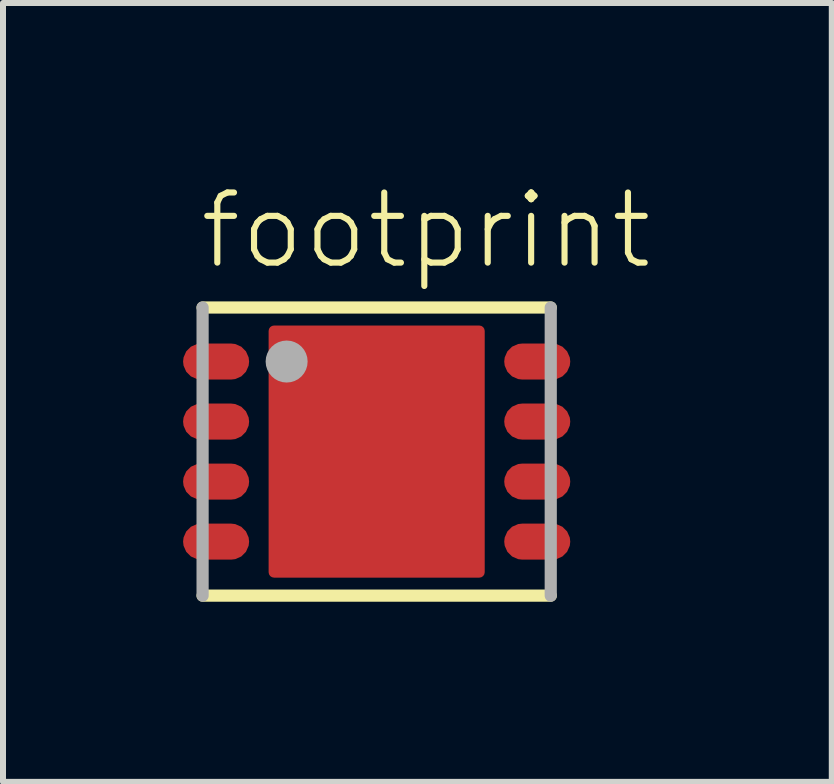
<source format=kicad_pcb>
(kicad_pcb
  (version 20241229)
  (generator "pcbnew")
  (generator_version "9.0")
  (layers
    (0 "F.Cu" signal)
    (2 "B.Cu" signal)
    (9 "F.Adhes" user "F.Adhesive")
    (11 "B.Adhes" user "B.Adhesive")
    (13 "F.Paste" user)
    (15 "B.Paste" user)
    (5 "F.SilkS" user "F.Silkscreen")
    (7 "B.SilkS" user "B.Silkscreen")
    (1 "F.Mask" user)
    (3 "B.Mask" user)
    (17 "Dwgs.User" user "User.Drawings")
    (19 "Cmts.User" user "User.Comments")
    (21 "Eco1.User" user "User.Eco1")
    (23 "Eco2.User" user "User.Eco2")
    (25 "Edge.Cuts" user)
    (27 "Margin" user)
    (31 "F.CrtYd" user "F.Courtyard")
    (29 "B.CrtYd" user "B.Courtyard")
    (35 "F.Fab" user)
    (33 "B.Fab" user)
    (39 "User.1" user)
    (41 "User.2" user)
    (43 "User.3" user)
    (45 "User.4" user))
  (footprint "footprint"
    (layer "F.Cu")
    (at 3.225 4.473)
    (property "Reference" "footprint" (at -3 -3 0) (layer "F.SilkS") (effects (font (size 1.168 1.168) (thickness 0.102)) (justify left bottom)))
    (fp_poly (pts (xy 1.827 2.127) (xy -1.827 2.127) (xy -1.827 -1.504) (xy -1.654 -1.539) (xy -1.615 -1.565) (xy -1.589 -1.604) (xy -1.579 -1.65) (xy -1.589 -1.696) (xy -1.607 -1.724) (xy -1.827 -1.815) (xy -1.827 -2.127) (xy 1.827 -2.127)) (stroke (width 0) (type solid)) (fill yes) (layer "F.Mask"))
    (fp_line (start -2.9 2.4) (end 2.9 2.4) (stroke (width 0.203) (type solid)) (layer "F.SilkS"))
    (fp_line (start 2.9 -2.4) (end -2.9 -2.4) (stroke (width 0.203) (type solid)) (layer "F.SilkS"))
    (fp_poly (pts (xy -1.3 1.7) (xy 1.3 1.7) (xy 1.3 -1.7) (xy -1.3 -1.7)) (stroke (width 0) (type solid)) (fill yes) (layer "F.Paste"))
    (fp_line (start -2.9 -2.4) (end -2.9 2.4) (stroke (width 0.203) (type solid)) (layer "F.Fab"))
    (fp_line (start 2.9 2.4) (end 2.9 -2.4) (stroke (width 0.203) (type solid)) (layer "F.Fab"))
    (fp_circle (center -1.5 -1.5) (end -1.325 -1.5) (stroke (width 0.35) (type solid)) (fill no) (layer "F.Fab"))
    (pad "1" smd roundrect (at -2.675 -1.5) (size 1.1 0.6) (layers "F.Cu" "F.Mask" "F.Paste") (roundrect_rratio 0.5))
    (pad "2" smd roundrect (at -2.675 -0.5) (size 1.1 0.6) (layers "F.Cu" "F.Mask" "F.Paste") (roundrect_rratio 0.5))
    (pad "3" smd roundrect (at -2.675 0.5) (size 1.1 0.6) (layers "F.Cu" "F.Mask" "F.Paste") (roundrect_rratio 0.5))
    (pad "4" smd roundrect (at -2.675 1.5) (size 1.1 0.6) (layers "F.Cu" "F.Mask" "F.Paste") (roundrect_rratio 0.5))
    (pad "5" smd roundrect (at 2.675 1.5 180) (size 1.1 0.6) (layers "F.Cu" "F.Mask" "F.Paste") (roundrect_rratio 0.5))
    (pad "6" smd roundrect (at 2.675 0.5 180) (size 1.1 0.6) (layers "F.Cu" "F.Mask" "F.Paste") (roundrect_rratio 0.5))
    (pad "7" smd roundrect (at 2.675 -0.5 180) (size 1.1 0.6) (layers "F.Cu" "F.Mask" "F.Paste") (roundrect_rratio 0.5))
    (pad "8" smd roundrect (at 2.675 -1.5 180) (size 1.1 0.6) (layers "F.Cu" "F.Mask" "F.Paste") (roundrect_rratio 0.5))
    (pad "9" smd roundrect (at 0 0) (size 3.6 4.2) (layers "F.Cu") (roundrect_rratio 0.025)))
  (gr_rect
    (start -3 -3)
    (end 10.807 9.975)
    (stroke (width 0.1) (type default))
    (fill no)
    (layer "Edge.Cuts")))
</source>
